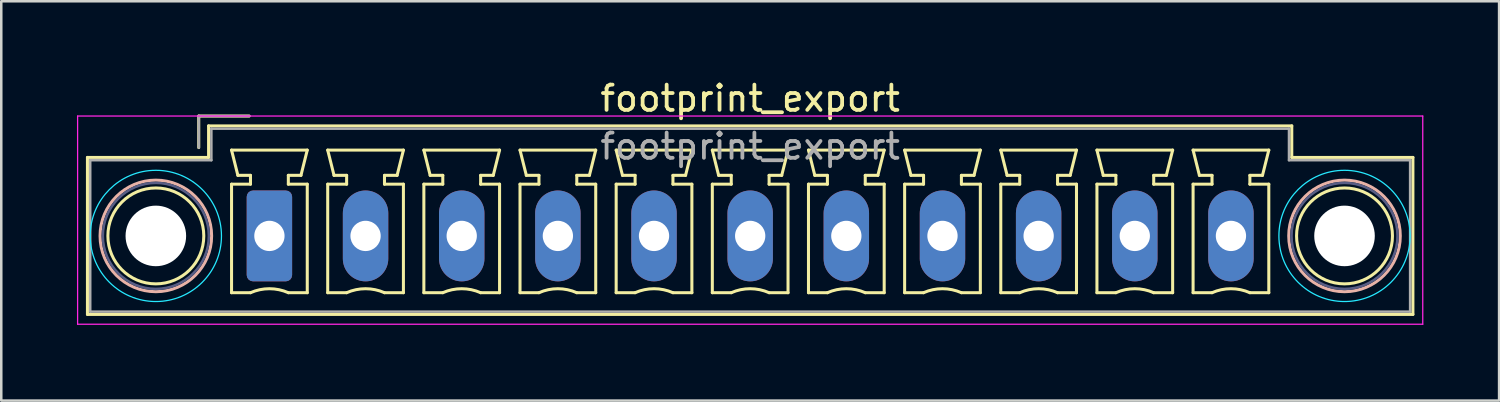
<source format=kicad_pcb>
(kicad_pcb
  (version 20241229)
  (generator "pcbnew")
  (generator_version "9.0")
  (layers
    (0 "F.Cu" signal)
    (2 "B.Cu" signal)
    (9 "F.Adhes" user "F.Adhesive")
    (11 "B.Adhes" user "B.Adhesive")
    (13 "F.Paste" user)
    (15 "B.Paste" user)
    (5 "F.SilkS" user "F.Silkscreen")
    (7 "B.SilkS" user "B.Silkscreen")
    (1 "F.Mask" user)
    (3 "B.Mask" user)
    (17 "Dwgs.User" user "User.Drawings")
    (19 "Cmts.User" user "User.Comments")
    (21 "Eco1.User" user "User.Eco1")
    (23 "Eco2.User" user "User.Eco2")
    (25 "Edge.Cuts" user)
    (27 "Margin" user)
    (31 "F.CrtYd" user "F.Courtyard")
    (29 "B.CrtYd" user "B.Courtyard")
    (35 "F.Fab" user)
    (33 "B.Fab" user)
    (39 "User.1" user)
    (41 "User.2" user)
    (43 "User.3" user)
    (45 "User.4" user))
  (footprint "footprint_export"
    (layer "F.Cu")
    (at 7.625 6.298)
    (property "Reference" "footprint_export" (at 19.05 -5.45 0) (layer "F.SilkS") (effects (font (size 1 1) (thickness 0.15))))
    (attr through_hole)
    (fp_line (start -7.21 -3.11) (end -7.21 3.11) (stroke (width 0.12) (type solid)) (layer "F.SilkS"))
    (fp_line (start -7.21 3.11) (end 45.31 3.11) (stroke (width 0.12) (type solid)) (layer "F.SilkS"))
    (fp_line (start -2.8 -4.75) (end -0.8 -4.75) (stroke (width 0.12) (type solid)) (layer "F.SilkS"))
    (fp_line (start -2.8 -3.5) (end -2.8 -4.75) (stroke (width 0.12) (type solid)) (layer "F.SilkS"))
    (fp_line (start -2.41 -4.36) (end -2.41 -3.11) (stroke (width 0.12) (type solid)) (layer "F.SilkS"))
    (fp_line (start -2.41 -3.11) (end -7.21 -3.11) (stroke (width 0.12) (type solid)) (layer "F.SilkS"))
    (fp_line (start -1.5 -3.4) (end 1.5 -3.4) (stroke (width 0.12) (type solid)) (layer "F.SilkS"))
    (fp_line (start -1.5 -2.05) (end -0.75 -2.05) (stroke (width 0.12) (type solid)) (layer "F.SilkS"))
    (fp_line (start -1.5 2.25) (end -1.5 -2.05) (stroke (width 0.12) (type solid)) (layer "F.SilkS"))
    (fp_line (start -1.25 -2.4) (end -1.5 -3.4) (stroke (width 0.12) (type solid)) (layer "F.SilkS"))
    (fp_line (start -0.75 -2.4) (end -1.25 -2.4) (stroke (width 0.12) (type solid)) (layer "F.SilkS"))
    (fp_line (start -0.75 -2.05) (end -0.75 -2.4) (stroke (width 0.12) (type solid)) (layer "F.SilkS"))
    (fp_line (start -0.75 2.25) (end -1.5 2.25) (stroke (width 0.12) (type solid)) (layer "F.SilkS"))
    (fp_line (start 0.75 -2.4) (end 0.75 -2.05) (stroke (width 0.12) (type solid)) (layer "F.SilkS"))
    (fp_line (start 0.75 -2.05) (end 1.5 -2.05) (stroke (width 0.12) (type solid)) (layer "F.SilkS"))
    (fp_line (start 1.25 -2.4) (end 0.75 -2.4) (stroke (width 0.12) (type solid)) (layer "F.SilkS"))
    (fp_line (start 1.5 -3.4) (end 1.25 -2.4) (stroke (width 0.12) (type solid)) (layer "F.SilkS"))
    (fp_line (start 1.5 -2.05) (end 1.5 2.25) (stroke (width 0.12) (type solid)) (layer "F.SilkS"))
    (fp_line (start 1.5 2.25) (end 0.75 2.25) (stroke (width 0.12) (type solid)) (layer "F.SilkS"))
    (fp_line (start 2.31 -3.4) (end 5.31 -3.4) (stroke (width 0.12) (type solid)) (layer "F.SilkS"))
    (fp_line (start 2.31 -2.05) (end 3.06 -2.05) (stroke (width 0.12) (type solid)) (layer "F.SilkS"))
    (fp_line (start 2.31 2.25) (end 2.31 -2.05) (stroke (width 0.12) (type solid)) (layer "F.SilkS"))
    (fp_line (start 2.56 -2.4) (end 2.31 -3.4) (stroke (width 0.12) (type solid)) (layer "F.SilkS"))
    (fp_line (start 3.06 -2.4) (end 2.56 -2.4) (stroke (width 0.12) (type solid)) (layer "F.SilkS"))
    (fp_line (start 3.06 -2.05) (end 3.06 -2.4) (stroke (width 0.12) (type solid)) (layer "F.SilkS"))
    (fp_line (start 3.06 2.25) (end 2.31 2.25) (stroke (width 0.12) (type solid)) (layer "F.SilkS"))
    (fp_line (start 4.56 -2.4) (end 4.56 -2.05) (stroke (width 0.12) (type solid)) (layer "F.SilkS"))
    (fp_line (start 4.56 -2.05) (end 5.31 -2.05) (stroke (width 0.12) (type solid)) (layer "F.SilkS"))
    (fp_line (start 5.06 -2.4) (end 4.56 -2.4) (stroke (width 0.12) (type solid)) (layer "F.SilkS"))
    (fp_line (start 5.31 -3.4) (end 5.06 -2.4) (stroke (width 0.12) (type solid)) (layer "F.SilkS"))
    (fp_line (start 5.31 -2.05) (end 5.31 2.25) (stroke (width 0.12) (type solid)) (layer "F.SilkS"))
    (fp_line (start 5.31 2.25) (end 4.56 2.25) (stroke (width 0.12) (type solid)) (layer "F.SilkS"))
    (fp_line (start 6.12 -3.4) (end 9.12 -3.4) (stroke (width 0.12) (type solid)) (layer "F.SilkS"))
    (fp_line (start 6.12 -2.05) (end 6.87 -2.05) (stroke (width 0.12) (type solid)) (layer "F.SilkS"))
    (fp_line (start 6.12 2.25) (end 6.12 -2.05) (stroke (width 0.12) (type solid)) (layer "F.SilkS"))
    (fp_line (start 6.37 -2.4) (end 6.12 -3.4) (stroke (width 0.12) (type solid)) (layer "F.SilkS"))
    (fp_line (start 6.87 -2.4) (end 6.37 -2.4) (stroke (width 0.12) (type solid)) (layer "F.SilkS"))
    (fp_line (start 6.87 -2.05) (end 6.87 -2.4) (stroke (width 0.12) (type solid)) (layer "F.SilkS"))
    (fp_line (start 6.87 2.25) (end 6.12 2.25) (stroke (width 0.12) (type solid)) (layer "F.SilkS"))
    (fp_line (start 8.37 -2.4) (end 8.37 -2.05) (stroke (width 0.12) (type solid)) (layer "F.SilkS"))
    (fp_line (start 8.37 -2.05) (end 9.12 -2.05) (stroke (width 0.12) (type solid)) (layer "F.SilkS"))
    (fp_line (start 8.87 -2.4) (end 8.37 -2.4) (stroke (width 0.12) (type solid)) (layer "F.SilkS"))
    (fp_line (start 9.12 -3.4) (end 8.87 -2.4) (stroke (width 0.12) (type solid)) (layer "F.SilkS"))
    (fp_line (start 9.12 -2.05) (end 9.12 2.25) (stroke (width 0.12) (type solid)) (layer "F.SilkS"))
    (fp_line (start 9.12 2.25) (end 8.37 2.25) (stroke (width 0.12) (type solid)) (layer "F.SilkS"))
    (fp_line (start 9.93 -3.4) (end 12.93 -3.4) (stroke (width 0.12) (type solid)) (layer "F.SilkS"))
    (fp_line (start 9.93 -2.05) (end 10.68 -2.05) (stroke (width 0.12) (type solid)) (layer "F.SilkS"))
    (fp_line (start 9.93 2.25) (end 9.93 -2.05) (stroke (width 0.12) (type solid)) (layer "F.SilkS"))
    (fp_line (start 10.18 -2.4) (end 9.93 -3.4) (stroke (width 0.12) (type solid)) (layer "F.SilkS"))
    (fp_line (start 10.68 -2.4) (end 10.18 -2.4) (stroke (width 0.12) (type solid)) (layer "F.SilkS"))
    (fp_line (start 10.68 -2.05) (end 10.68 -2.4) (stroke (width 0.12) (type solid)) (layer "F.SilkS"))
    (fp_line (start 10.68 2.25) (end 9.93 2.25) (stroke (width 0.12) (type solid)) (layer "F.SilkS"))
    (fp_line (start 12.18 -2.4) (end 12.18 -2.05) (stroke (width 0.12) (type solid)) (layer "F.SilkS"))
    (fp_line (start 12.18 -2.05) (end 12.93 -2.05) (stroke (width 0.12) (type solid)) (layer "F.SilkS"))
    (fp_line (start 12.68 -2.4) (end 12.18 -2.4) (stroke (width 0.12) (type solid)) (layer "F.SilkS"))
    (fp_line (start 12.93 -3.4) (end 12.68 -2.4) (stroke (width 0.12) (type solid)) (layer "F.SilkS"))
    (fp_line (start 12.93 -2.05) (end 12.93 2.25) (stroke (width 0.12) (type solid)) (layer "F.SilkS"))
    (fp_line (start 12.93 2.25) (end 12.18 2.25) (stroke (width 0.12) (type solid)) (layer "F.SilkS"))
    (fp_line (start 13.74 -3.4) (end 16.74 -3.4) (stroke (width 0.12) (type solid)) (layer "F.SilkS"))
    (fp_line (start 13.74 -2.05) (end 14.49 -2.05) (stroke (width 0.12) (type solid)) (layer "F.SilkS"))
    (fp_line (start 13.74 2.25) (end 13.74 -2.05) (stroke (width 0.12) (type solid)) (layer "F.SilkS"))
    (fp_line (start 13.99 -2.4) (end 13.74 -3.4) (stroke (width 0.12) (type solid)) (layer "F.SilkS"))
    (fp_line (start 14.49 -2.4) (end 13.99 -2.4) (stroke (width 0.12) (type solid)) (layer "F.SilkS"))
    (fp_line (start 14.49 -2.05) (end 14.49 -2.4) (stroke (width 0.12) (type solid)) (layer "F.SilkS"))
    (fp_line (start 14.49 2.25) (end 13.74 2.25) (stroke (width 0.12) (type solid)) (layer "F.SilkS"))
    (fp_line (start 15.99 -2.4) (end 15.99 -2.05) (stroke (width 0.12) (type solid)) (layer "F.SilkS"))
    (fp_line (start 15.99 -2.05) (end 16.74 -2.05) (stroke (width 0.12) (type solid)) (layer "F.SilkS"))
    (fp_line (start 16.49 -2.4) (end 15.99 -2.4) (stroke (width 0.12) (type solid)) (layer "F.SilkS"))
    (fp_line (start 16.74 -3.4) (end 16.49 -2.4) (stroke (width 0.12) (type solid)) (layer "F.SilkS"))
    (fp_line (start 16.74 -2.05) (end 16.74 2.25) (stroke (width 0.12) (type solid)) (layer "F.SilkS"))
    (fp_line (start 16.74 2.25) (end 15.99 2.25) (stroke (width 0.12) (type solid)) (layer "F.SilkS"))
    (fp_line (start 17.55 -3.4) (end 20.55 -3.4) (stroke (width 0.12) (type solid)) (layer "F.SilkS"))
    (fp_line (start 17.55 -2.05) (end 18.3 -2.05) (stroke (width 0.12) (type solid)) (layer "F.SilkS"))
    (fp_line (start 17.55 2.25) (end 17.55 -2.05) (stroke (width 0.12) (type solid)) (layer "F.SilkS"))
    (fp_line (start 17.8 -2.4) (end 17.55 -3.4) (stroke (width 0.12) (type solid)) (layer "F.SilkS"))
    (fp_line (start 18.3 -2.4) (end 17.8 -2.4) (stroke (width 0.12) (type solid)) (layer "F.SilkS"))
    (fp_line (start 18.3 -2.05) (end 18.3 -2.4) (stroke (width 0.12) (type solid)) (layer "F.SilkS"))
    (fp_line (start 18.3 2.25) (end 17.55 2.25) (stroke (width 0.12) (type solid)) (layer "F.SilkS"))
    (fp_line (start 19.8 -2.4) (end 19.8 -2.05) (stroke (width 0.12) (type solid)) (layer "F.SilkS"))
    (fp_line (start 19.8 -2.05) (end 20.55 -2.05) (stroke (width 0.12) (type solid)) (layer "F.SilkS"))
    (fp_line (start 20.3 -2.4) (end 19.8 -2.4) (stroke (width 0.12) (type solid)) (layer "F.SilkS"))
    (fp_line (start 20.55 -3.4) (end 20.3 -2.4) (stroke (width 0.12) (type solid)) (layer "F.SilkS"))
    (fp_line (start 20.55 -2.05) (end 20.55 2.25) (stroke (width 0.12) (type solid)) (layer "F.SilkS"))
    (fp_line (start 20.55 2.25) (end 19.8 2.25) (stroke (width 0.12) (type solid)) (layer "F.SilkS"))
    (fp_line (start 21.36 -3.4) (end 24.36 -3.4) (stroke (width 0.12) (type solid)) (layer "F.SilkS"))
    (fp_line (start 21.36 -2.05) (end 22.11 -2.05) (stroke (width 0.12) (type solid)) (layer "F.SilkS"))
    (fp_line (start 21.36 2.25) (end 21.36 -2.05) (stroke (width 0.12) (type solid)) (layer "F.SilkS"))
    (fp_line (start 21.61 -2.4) (end 21.36 -3.4) (stroke (width 0.12) (type solid)) (layer "F.SilkS"))
    (fp_line (start 22.11 -2.4) (end 21.61 -2.4) (stroke (width 0.12) (type solid)) (layer "F.SilkS"))
    (fp_line (start 22.11 -2.05) (end 22.11 -2.4) (stroke (width 0.12) (type solid)) (layer "F.SilkS"))
    (fp_line (start 22.11 2.25) (end 21.36 2.25) (stroke (width 0.12) (type solid)) (layer "F.SilkS"))
    (fp_line (start 23.61 -2.4) (end 23.61 -2.05) (stroke (width 0.12) (type solid)) (layer "F.SilkS"))
    (fp_line (start 23.61 -2.05) (end 24.36 -2.05) (stroke (width 0.12) (type solid)) (layer "F.SilkS"))
    (fp_line (start 24.11 -2.4) (end 23.61 -2.4) (stroke (width 0.12) (type solid)) (layer "F.SilkS"))
    (fp_line (start 24.36 -3.4) (end 24.11 -2.4) (stroke (width 0.12) (type solid)) (layer "F.SilkS"))
    (fp_line (start 24.36 -2.05) (end 24.36 2.25) (stroke (width 0.12) (type solid)) (layer "F.SilkS"))
    (fp_line (start 24.36 2.25) (end 23.61 2.25) (stroke (width 0.12) (type solid)) (layer "F.SilkS"))
    (fp_line (start 25.17 -3.4) (end 28.17 -3.4) (stroke (width 0.12) (type solid)) (layer "F.SilkS"))
    (fp_line (start 25.17 -2.05) (end 25.92 -2.05) (stroke (width 0.12) (type solid)) (layer "F.SilkS"))
    (fp_line (start 25.17 2.25) (end 25.17 -2.05) (stroke (width 0.12) (type solid)) (layer "F.SilkS"))
    (fp_line (start 25.42 -2.4) (end 25.17 -3.4) (stroke (width 0.12) (type solid)) (layer "F.SilkS"))
    (fp_line (start 25.92 -2.4) (end 25.42 -2.4) (stroke (width 0.12) (type solid)) (layer "F.SilkS"))
    (fp_line (start 25.92 -2.05) (end 25.92 -2.4) (stroke (width 0.12) (type solid)) (layer "F.SilkS"))
    (fp_line (start 25.92 2.25) (end 25.17 2.25) (stroke (width 0.12) (type solid)) (layer "F.SilkS"))
    (fp_line (start 27.42 -2.4) (end 27.42 -2.05) (stroke (width 0.12) (type solid)) (layer "F.SilkS"))
    (fp_line (start 27.42 -2.05) (end 28.17 -2.05) (stroke (width 0.12) (type solid)) (layer "F.SilkS"))
    (fp_line (start 27.92 -2.4) (end 27.42 -2.4) (stroke (width 0.12) (type solid)) (layer "F.SilkS"))
    (fp_line (start 28.17 -3.4) (end 27.92 -2.4) (stroke (width 0.12) (type solid)) (layer "F.SilkS"))
    (fp_line (start 28.17 -2.05) (end 28.17 2.25) (stroke (width 0.12) (type solid)) (layer "F.SilkS"))
    (fp_line (start 28.17 2.25) (end 27.42 2.25) (stroke (width 0.12) (type solid)) (layer "F.SilkS"))
    (fp_line (start 28.98 -3.4) (end 31.98 -3.4) (stroke (width 0.12) (type solid)) (layer "F.SilkS"))
    (fp_line (start 28.98 -2.05) (end 29.73 -2.05) (stroke (width 0.12) (type solid)) (layer "F.SilkS"))
    (fp_line (start 28.98 2.25) (end 28.98 -2.05) (stroke (width 0.12) (type solid)) (layer "F.SilkS"))
    (fp_line (start 29.23 -2.4) (end 28.98 -3.4) (stroke (width 0.12) (type solid)) (layer "F.SilkS"))
    (fp_line (start 29.73 -2.4) (end 29.23 -2.4) (stroke (width 0.12) (type solid)) (layer "F.SilkS"))
    (fp_line (start 29.73 -2.05) (end 29.73 -2.4) (stroke (width 0.12) (type solid)) (layer "F.SilkS"))
    (fp_line (start 29.73 2.25) (end 28.98 2.25) (stroke (width 0.12) (type solid)) (layer "F.SilkS"))
    (fp_line (start 31.23 -2.4) (end 31.23 -2.05) (stroke (width 0.12) (type solid)) (layer "F.SilkS"))
    (fp_line (start 31.23 -2.05) (end 31.98 -2.05) (stroke (width 0.12) (type solid)) (layer "F.SilkS"))
    (fp_line (start 31.73 -2.4) (end 31.23 -2.4) (stroke (width 0.12) (type solid)) (layer "F.SilkS"))
    (fp_line (start 31.98 -3.4) (end 31.73 -2.4) (stroke (width 0.12) (type solid)) (layer "F.SilkS"))
    (fp_line (start 31.98 -2.05) (end 31.98 2.25) (stroke (width 0.12) (type solid)) (layer "F.SilkS"))
    (fp_line (start 31.98 2.25) (end 31.23 2.25) (stroke (width 0.12) (type solid)) (layer "F.SilkS"))
    (fp_line (start 32.79 -3.4) (end 35.79 -3.4) (stroke (width 0.12) (type solid)) (layer "F.SilkS"))
    (fp_line (start 32.79 -2.05) (end 33.54 -2.05) (stroke (width 0.12) (type solid)) (layer "F.SilkS"))
    (fp_line (start 32.79 2.25) (end 32.79 -2.05) (stroke (width 0.12) (type solid)) (layer "F.SilkS"))
    (fp_line (start 33.04 -2.4) (end 32.79 -3.4) (stroke (width 0.12) (type solid)) (layer "F.SilkS"))
    (fp_line (start 33.54 -2.4) (end 33.04 -2.4) (stroke (width 0.12) (type solid)) (layer "F.SilkS"))
    (fp_line (start 33.54 -2.05) (end 33.54 -2.4) (stroke (width 0.12) (type solid)) (layer "F.SilkS"))
    (fp_line (start 33.54 2.25) (end 32.79 2.25) (stroke (width 0.12) (type solid)) (layer "F.SilkS"))
    (fp_line (start 35.04 -2.4) (end 35.04 -2.05) (stroke (width 0.12) (type solid)) (layer "F.SilkS"))
    (fp_line (start 35.04 -2.05) (end 35.79 -2.05) (stroke (width 0.12) (type solid)) (layer "F.SilkS"))
    (fp_line (start 35.54 -2.4) (end 35.04 -2.4) (stroke (width 0.12) (type solid)) (layer "F.SilkS"))
    (fp_line (start 35.79 -3.4) (end 35.54 -2.4) (stroke (width 0.12) (type solid)) (layer "F.SilkS"))
    (fp_line (start 35.79 -2.05) (end 35.79 2.25) (stroke (width 0.12) (type solid)) (layer "F.SilkS"))
    (fp_line (start 35.79 2.25) (end 35.04 2.25) (stroke (width 0.12) (type solid)) (layer "F.SilkS"))
    (fp_line (start 36.6 -3.4) (end 39.6 -3.4) (stroke (width 0.12) (type solid)) (layer "F.SilkS"))
    (fp_line (start 36.6 -2.05) (end 37.35 -2.05) (stroke (width 0.12) (type solid)) (layer "F.SilkS"))
    (fp_line (start 36.6 2.25) (end 36.6 -2.05) (stroke (width 0.12) (type solid)) (layer "F.SilkS"))
    (fp_line (start 36.85 -2.4) (end 36.6 -3.4) (stroke (width 0.12) (type solid)) (layer "F.SilkS"))
    (fp_line (start 37.35 -2.4) (end 36.85 -2.4) (stroke (width 0.12) (type solid)) (layer "F.SilkS"))
    (fp_line (start 37.35 -2.05) (end 37.35 -2.4) (stroke (width 0.12) (type solid)) (layer "F.SilkS"))
    (fp_line (start 37.35 2.25) (end 36.6 2.25) (stroke (width 0.12) (type solid)) (layer "F.SilkS"))
    (fp_line (start 38.85 -2.4) (end 38.85 -2.05) (stroke (width 0.12) (type solid)) (layer "F.SilkS"))
    (fp_line (start 38.85 -2.05) (end 39.6 -2.05) (stroke (width 0.12) (type solid)) (layer "F.SilkS"))
    (fp_line (start 39.35 -2.4) (end 38.85 -2.4) (stroke (width 0.12) (type solid)) (layer "F.SilkS"))
    (fp_line (start 39.6 -3.4) (end 39.35 -2.4) (stroke (width 0.12) (type solid)) (layer "F.SilkS"))
    (fp_line (start 39.6 -2.05) (end 39.6 2.25) (stroke (width 0.12) (type solid)) (layer "F.SilkS"))
    (fp_line (start 39.6 2.25) (end 38.85 2.25) (stroke (width 0.12) (type solid)) (layer "F.SilkS"))
    (fp_line (start 40.51 -4.36) (end -2.41 -4.36) (stroke (width 0.12) (type solid)) (layer "F.SilkS"))
    (fp_line (start 40.51 -3.11) (end 40.51 -4.36) (stroke (width 0.12) (type solid)) (layer "F.SilkS"))
    (fp_line (start 45.31 -3.11) (end 40.51 -3.11) (stroke (width 0.12) (type solid)) (layer "F.SilkS"))
    (fp_line (start 45.31 3.11) (end 45.31 -3.11) (stroke (width 0.12) (type solid)) (layer "F.SilkS"))
    (fp_arc (start -0.75 2.25) (mid -0.000193 2.09191) (end 0.749647 2.249844) (stroke (width 0.12) (type solid)) (layer "F.SilkS"))
    (fp_arc (start 3.06 2.25) (mid 3.809807 2.09191) (end 4.559647 2.249844) (stroke (width 0.12) (type solid)) (layer "F.SilkS"))
    (fp_arc (start 6.87 2.25) (mid 7.619807 2.09191) (end 8.369647 2.249844) (stroke (width 0.12) (type solid)) (layer "F.SilkS"))
    (fp_arc (start 10.68 2.25) (mid 11.429807 2.09191) (end 12.179647 2.249844) (stroke (width 0.12) (type solid)) (layer "F.SilkS"))
    (fp_arc (start 14.49 2.25) (mid 15.239807 2.09191) (end 15.989647 2.249844) (stroke (width 0.12) (type solid)) (layer "F.SilkS"))
    (fp_arc (start 18.3 2.25) (mid 19.049807 2.09191) (end 19.799647 2.249844) (stroke (width 0.12) (type solid)) (layer "F.SilkS"))
    (fp_arc (start 22.11 2.25) (mid 22.859807 2.09191) (end 23.609647 2.249844) (stroke (width 0.12) (type solid)) (layer "F.SilkS"))
    (fp_arc (start 25.92 2.25) (mid 26.669807 2.09191) (end 27.419647 2.249844) (stroke (width 0.12) (type solid)) (layer "F.SilkS"))
    (fp_arc (start 29.73 2.25) (mid 30.479807 2.09191) (end 31.229647 2.249844) (stroke (width 0.12) (type solid)) (layer "F.SilkS"))
    (fp_arc (start 33.54 2.25) (mid 34.289807 2.09191) (end 35.039647 2.249844) (stroke (width 0.12) (type solid)) (layer "F.SilkS"))
    (fp_arc (start 37.35 2.25) (mid 38.099807 2.09191) (end 38.849647 2.249844) (stroke (width 0.12) (type solid)) (layer "F.SilkS"))
    (fp_circle (center -4.5 0) (end -2.6 0) (stroke (width 0.12) (type solid)) (fill no) (layer "F.SilkS"))
    (fp_circle (center 42.6 0) (end 44.5 0) (stroke (width 0.12) (type solid)) (fill no) (layer "F.SilkS"))
    (fp_circle (center -4.5 0) (end -2.29 0) (stroke (width 0.12) (type solid)) (fill no) (layer "B.SilkS"))
    (fp_circle (center 42.6 0) (end 44.81 0) (stroke (width 0.12) (type solid)) (fill no) (layer "B.SilkS"))
    (fp_circle (center -4.5 0) (end -1.9 0) (stroke (width 0.05) (type solid)) (fill no) (layer "B.CrtYd"))
    (fp_circle (center 42.6 0) (end 45.2 0) (stroke (width 0.05) (type solid)) (fill no) (layer "B.CrtYd"))
    (fp_line (start -7.6 -4.75) (end -7.6 3.5) (stroke (width 0.05) (type solid)) (layer "F.CrtYd"))
    (fp_line (start -7.6 3.5) (end 45.7 3.5) (stroke (width 0.05) (type solid)) (layer "F.CrtYd"))
    (fp_line (start 45.7 -4.75) (end -7.6 -4.75) (stroke (width 0.05) (type solid)) (layer "F.CrtYd"))
    (fp_line (start 45.7 3.5) (end 45.7 -4.75) (stroke (width 0.05) (type solid)) (layer "F.CrtYd"))
    (fp_circle (center -4.5 0) (end -2.4 0) (stroke (width 0.1) (type solid)) (fill no) (layer "B.Fab"))
    (fp_circle (center 42.6 0) (end 44.7 0) (stroke (width 0.1) (type solid)) (fill no) (layer "B.Fab"))
    (fp_line (start -7.1 -3) (end -7.1 3) (stroke (width 0.1) (type solid)) (layer "F.Fab"))
    (fp_line (start -7.1 3) (end 45.2 3) (stroke (width 0.1) (type solid)) (layer "F.Fab"))
    (fp_line (start -2.8 -4.75) (end -0.8 -4.75) (stroke (width 0.1) (type solid)) (layer "F.Fab"))
    (fp_line (start -2.8 -3.5) (end -2.8 -4.75) (stroke (width 0.1) (type solid)) (layer "F.Fab"))
    (fp_line (start -2.3 -4.25) (end -2.3 -3) (stroke (width 0.1) (type solid)) (layer "F.Fab"))
    (fp_line (start -2.3 -3) (end -7.1 -3) (stroke (width 0.1) (type solid)) (layer "F.Fab"))
    (fp_line (start 40.4 -4.25) (end -2.3 -4.25) (stroke (width 0.1) (type solid)) (layer "F.Fab"))
    (fp_line (start 40.4 -3) (end 40.4 -4.25) (stroke (width 0.1) (type solid)) (layer "F.Fab"))
    (fp_line (start 45.2 -3) (end 40.4 -3) (stroke (width 0.1) (type solid)) (layer "F.Fab"))
    (fp_line (start 45.2 3) (end 45.2 -3) (stroke (width 0.1) (type solid)) (layer "F.Fab"))
    (fp_text user "${REFERENCE}" (at 19.05 -3.55 0) (layer "F.Fab") (effects (font (size 1 1) (thickness 0.15))))
    (pad "" np_thru_hole circle (at -4.5 0) (size 2.4 2.4) (drill 2.4) (layers "*.Cu" "*.Mask"))
    (pad "" np_thru_hole circle (at 42.6 0) (size 2.4 2.4) (drill 2.4) (layers "*.Cu" "*.Mask"))
    (pad "1" thru_hole roundrect (at 0 0) (size 1.8 3.6) (drill 1.2) (layers "*.Cu" "*.Mask") (roundrect_rratio 0.139))
    (pad "2" thru_hole oval (at 3.81 0) (size 1.8 3.6) (drill 1.2) (layers "*.Cu" "*.Mask"))
    (pad "3" thru_hole oval (at 7.62 0) (size 1.8 3.6) (drill 1.2) (layers "*.Cu" "*.Mask"))
    (pad "4" thru_hole oval (at 11.43 0) (size 1.8 3.6) (drill 1.2) (layers "*.Cu" "*.Mask"))
    (pad "5" thru_hole oval (at 15.24 0) (size 1.8 3.6) (drill 1.2) (layers "*.Cu" "*.Mask"))
    (pad "6" thru_hole oval (at 19.05 0) (size 1.8 3.6) (drill 1.2) (layers "*.Cu" "*.Mask"))
    (pad "7" thru_hole oval (at 22.86 0) (size 1.8 3.6) (drill 1.2) (layers "*.Cu" "*.Mask"))
    (pad "8" thru_hole oval (at 26.67 0) (size 1.8 3.6) (drill 1.2) (layers "*.Cu" "*.Mask"))
    (pad "9" thru_hole oval (at 30.48 0) (size 1.8 3.6) (drill 1.2) (layers "*.Cu" "*.Mask"))
    (pad "10" thru_hole oval (at 34.29 0) (size 1.8 3.6) (drill 1.2) (layers "*.Cu" "*.Mask"))
    (pad "11" thru_hole oval (at 38.1 0) (size 1.8 3.6) (drill 1.2) (layers "*.Cu" "*.Mask")))
  (gr_rect
    (start -3 -3)
    (end 56.35 12.823)
    (stroke (width 0.1) (type default))
    (fill no)
    (layer "Edge.Cuts")))
</source>
